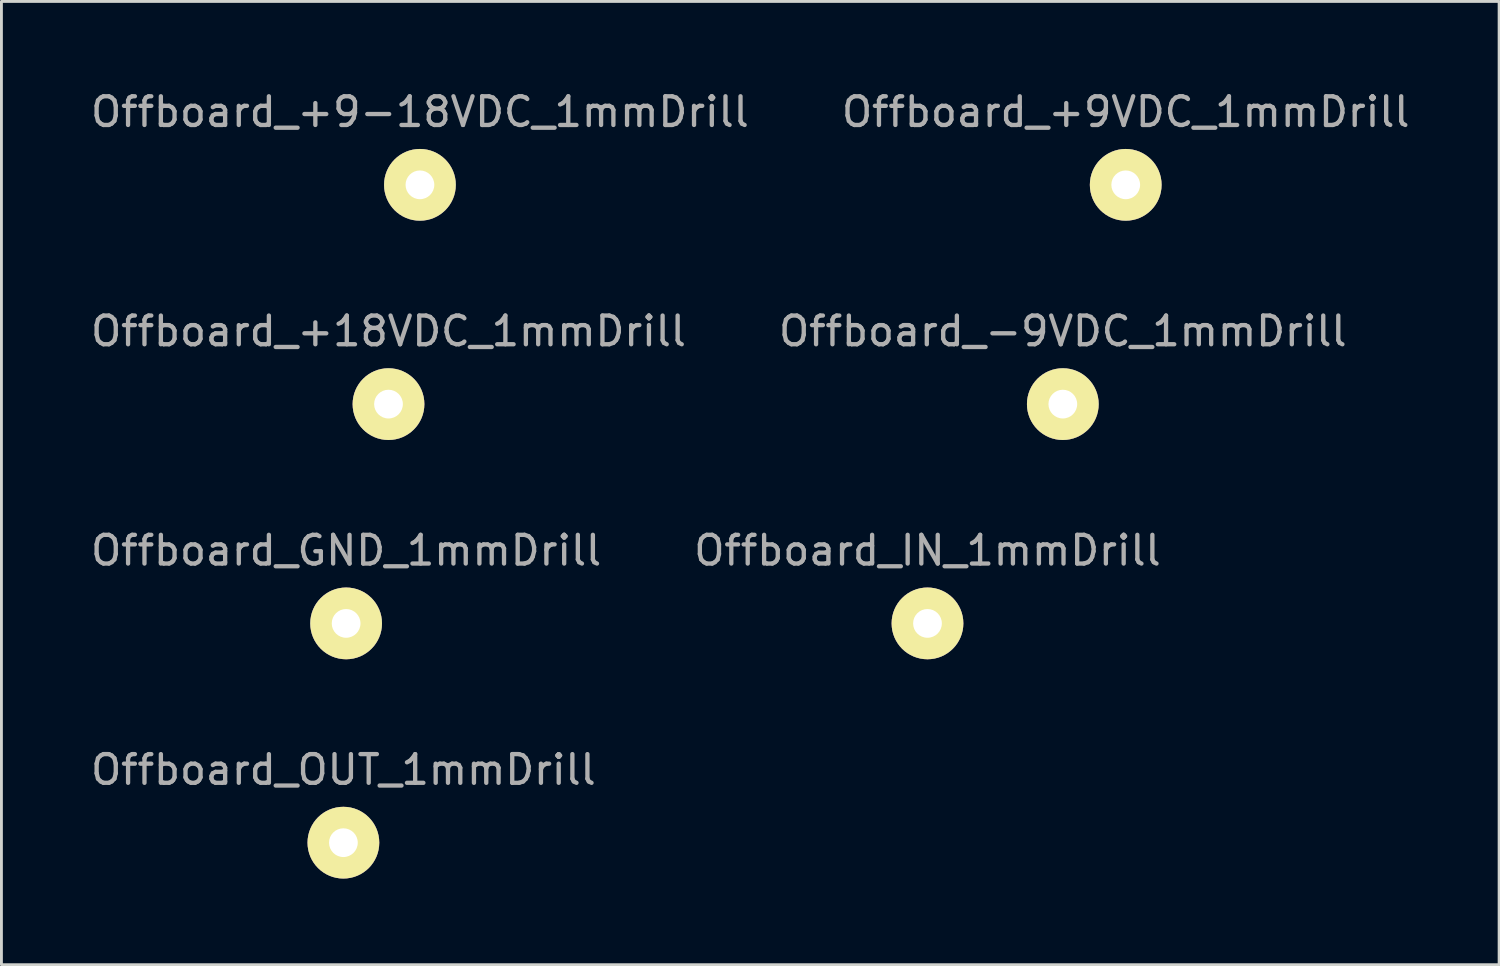
<source format=kicad_pcb>
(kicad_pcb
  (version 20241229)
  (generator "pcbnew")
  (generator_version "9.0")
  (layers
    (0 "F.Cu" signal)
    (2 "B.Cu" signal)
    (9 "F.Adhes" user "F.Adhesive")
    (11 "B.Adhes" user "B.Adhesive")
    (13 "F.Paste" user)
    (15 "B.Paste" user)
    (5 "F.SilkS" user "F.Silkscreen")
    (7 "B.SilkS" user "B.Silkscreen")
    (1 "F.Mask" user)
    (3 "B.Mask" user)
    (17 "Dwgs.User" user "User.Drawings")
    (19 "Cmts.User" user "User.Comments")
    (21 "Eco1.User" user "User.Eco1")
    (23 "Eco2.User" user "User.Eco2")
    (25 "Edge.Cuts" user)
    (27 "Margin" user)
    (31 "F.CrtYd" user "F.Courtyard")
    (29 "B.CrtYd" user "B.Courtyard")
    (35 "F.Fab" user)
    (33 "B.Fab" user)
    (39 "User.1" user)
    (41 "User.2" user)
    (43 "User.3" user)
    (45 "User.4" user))
  (footprint "Offboard_GND_1mmDrill"
    (layer "F.Cu")
    (at 9.006 18.664)
    (property "Reference" "Offboard_GND_1mmDrill" (at 0 -2.54 0) (layer "F.Fab") (effects (font (size 1 1) (thickness 0.15))))
    (attr through_hole)
    (pad "1" thru_hole circle (at 0 0) (size 2.499 2.499) (drill 1.001) (layers "*.Cu" "*.Mask" "F.SilkS")))
  (footprint "Offboard_+18VDC_1mmDrill"
    (layer "F.Cu")
    (at 10.482 11.026)
    (property "Reference" "Offboard_+18VDC_1mmDrill" (at 0 -2.54 0) (layer "F.Fab") (effects (font (size 1 1) (thickness 0.15))))
    (attr through_hole)
    (pad "1" thru_hole circle (at 0 0) (size 2.499 2.499) (drill 1.001) (layers "*.Cu" "*.Mask" "F.SilkS")))
  (footprint "Offboard_+9-18VDC_1mmDrill"
    (layer "F.Cu")
    (at 11.577 3.388)
    (property "Reference" "Offboard_+9-18VDC_1mmDrill" (at 0 -2.54 0) (layer "F.Fab") (effects (font (size 1 1) (thickness 0.15))))
    (attr through_hole)
    (pad "1" thru_hole circle (at 0 0) (size 2.499 2.499) (drill 1.001) (layers "*.Cu" "*.Mask" "F.SilkS")))
  (footprint "Offboard_OUT_1mmDrill"
    (layer "F.Cu")
    (at 8.911 26.302)
    (property "Reference" "Offboard_OUT_1mmDrill" (at 0 -2.54 0) (layer "F.Fab") (effects (font (size 1 1) (thickness 0.15))))
    (attr through_hole)
    (pad "1" thru_hole circle (at 0 0) (size 2.499 2.499) (drill 1.001) (layers "*.Cu" "*.Mask" "F.SilkS")))
  (footprint "Offboard_+9VDC_1mmDrill"
    (layer "F.Cu")
    (at 36.161 3.388)
    (property "Reference" "Offboard_+9VDC_1mmDrill" (at 0 -2.54 0) (layer "F.Fab") (effects (font (size 1 1) (thickness 0.15))))
    (attr through_hole)
    (pad "1" thru_hole circle (at 0 0) (size 2.499 2.499) (drill 1.001) (layers "*.Cu" "*.Mask" "F.SilkS")))
  (footprint "Offboard_-9VDC_1mmDrill"
    (layer "F.Cu")
    (at 33.97 11.026)
    (property "Reference" "Offboard_-9VDC_1mmDrill" (at 0 -2.54 0) (layer "F.Fab") (effects (font (size 1 1) (thickness 0.15))))
    (attr through_hole)
    (pad "1" thru_hole circle (at 0 0) (size 2.499 2.499) (drill 1.001) (layers "*.Cu" "*.Mask" "F.SilkS")))
  (footprint "Offboard_IN_1mmDrill"
    (layer "F.Cu")
    (at 29.256 18.664)
    (property "Reference" "Offboard_IN_1mmDrill" (at 0 -2.54 0) (layer "F.Fab") (effects (font (size 1 1) (thickness 0.15))))
    (attr through_hole)
    (pad "1" thru_hole circle (at 0 0) (size 2.499 2.499) (drill 1.001) (layers "*.Cu" "*.Mask" "F.SilkS")))
  (gr_rect
    (start -3 -3)
    (end 49.167 30.552)
    (stroke (width 0.1) (type default))
    (fill no)
    (layer "Edge.Cuts")))
</source>
